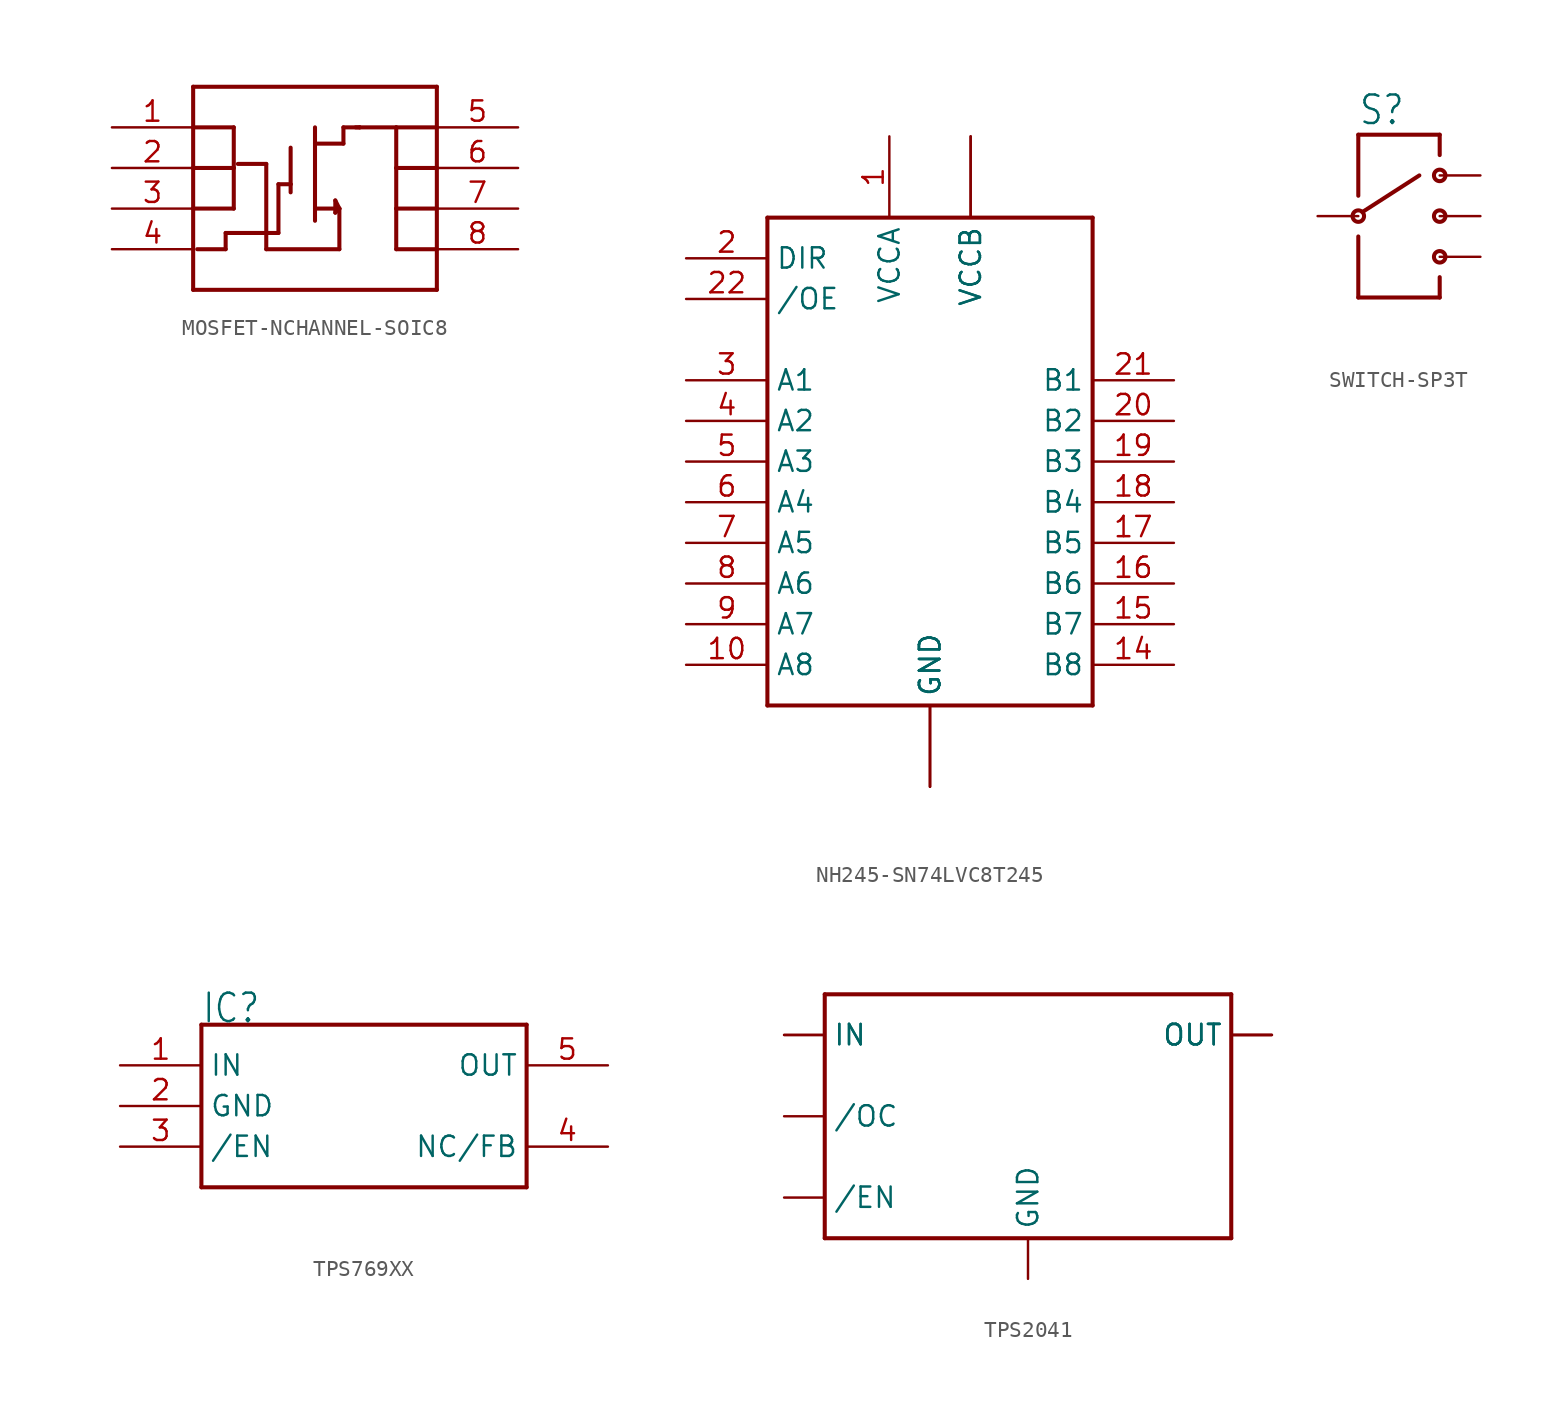
<source format=kicad_sym>
(kicad_symbol_lib
  (version 20231120)
  (generator "kicad_symbol_editor")
  (generator_version "8.0")
  (symbol "MOSFET-NCHANNEL-SOIC8"
    (property "Reference" ""
      (at -7.62 5.842 0)
      (effects (font (size 1.778 1.511)) (justify left bottom) (hide yes)))
    (property "ki_locked" ""
      (at 0 0 0)
      (effects (font (size 1.27 1.27))))
    (symbol "MOSFET-NCHANNEL-SOIC8_1_0"
      (polyline (pts (xy -7.62 -7.62) (xy 7.62 -7.62)) (stroke (width 0.254) (type solid)) (fill (type none)))
      (polyline (pts (xy -7.62 -2.54) (xy -7.62 -7.62)) (stroke (width 0.254) (type solid)) (fill (type none)))
      (polyline (pts (xy -7.62 0) (xy -7.62 -2.54)) (stroke (width 0.254) (type solid)) (fill (type none)))
      (polyline (pts (xy -7.62 0) (xy -5.08 0)) (stroke (width 0.254) (type solid)) (fill (type none)))
      (polyline (pts (xy -7.62 2.54) (xy -7.62 0)) (stroke (width 0.254) (type solid)) (fill (type none)))
      (polyline (pts (xy -7.62 2.54) (xy -5.08 2.54)) (stroke (width 0.254) (type solid)) (fill (type none)))
      (polyline (pts (xy -7.62 5.08) (xy -7.62 2.54)) (stroke (width 0.254) (type solid)) (fill (type none)))
      (polyline (pts (xy -5.588 -5.08) (xy -7.366 -5.08)) (stroke (width 0.254) (type solid)) (fill (type none)))
      (polyline (pts (xy -5.588 -4.064) (xy -5.588 -5.08)) (stroke (width 0.254) (type solid)) (fill (type none)))
      (polyline (pts (xy -5.08 -2.54) (xy -7.62 -2.54)) (stroke (width 0.254) (type solid)) (fill (type none)))
      (polyline (pts (xy -5.08 0) (xy -5.08 -2.54)) (stroke (width 0.254) (type solid)) (fill (type none)))
      (polyline (pts (xy -5.08 2.54) (xy -5.08 0)) (stroke (width 0.254) (type solid)) (fill (type none)))
      (polyline (pts (xy -3.048 -5.08) (xy -3.048 0.254)) (stroke (width 0.254) (type solid)) (fill (type none)))
      (polyline (pts (xy -3.048 0.254) (xy -4.826 0.254)) (stroke (width 0.254) (type solid)) (fill (type none)))
      (polyline (pts (xy -2.286 -4.064) (xy -5.588 -4.064)) (stroke (width 0.254) (type solid)) (fill (type none)))
      (polyline (pts (xy -2.286 -1.016) (xy -2.286 -4.064)) (stroke (width 0.254) (type solid)) (fill (type none)))
      (polyline (pts (xy -1.524 -1.016) (xy -2.286 -1.016)) (stroke (width 0.254) (type solid)) (fill (type none)))
      (polyline (pts (xy -1.524 -1.016) (xy -1.524 -1.524)) (stroke (width 0.254) (type solid)) (fill (type none)))
      (polyline (pts (xy -1.524 1.27) (xy -1.524 -1.016)) (stroke (width 0.254) (type solid)) (fill (type none)))
      (polyline (pts (xy 0 -2.54) (xy 0 -3.302)) (stroke (width 0.254) (type solid)) (fill (type none)))
      (polyline (pts (xy 0 -2.54) (xy 1.524 -2.54)) (stroke (width 0.254) (type solid)) (fill (type none)))
      (polyline (pts (xy 0 1.524) (xy 0 -2.54)) (stroke (width 0.254) (type solid)) (fill (type none)))
      (polyline (pts (xy 0 1.524) (xy 1.778 1.524)) (stroke (width 0.254) (type solid)) (fill (type none)))
      (polyline (pts (xy 0 2.54) (xy 0 1.524)) (stroke (width 0.254) (type solid)) (fill (type none)))
      (polyline (pts (xy 1.27 -2.794) (xy 1.524 -2.54)) (stroke (width 0.254) (type solid)) (fill (type none)))
      (polyline (pts (xy 1.27 -2.032) (xy 1.27 -2.794)) (stroke (width 0.254) (type solid)) (fill (type none)))
      (polyline (pts (xy 1.524 -5.08) (xy -3.048 -5.08)) (stroke (width 0.254) (type solid)) (fill (type none)))
      (polyline (pts (xy 1.524 -2.54) (xy 1.27 -2.032)) (stroke (width 0.254) (type solid)) (fill (type none)))
      (polyline (pts (xy 1.524 -2.54) (xy 1.524 -5.08)) (stroke (width 0.254) (type solid)) (fill (type none)))
      (polyline (pts (xy 1.778 1.524) (xy 1.778 2.54)) (stroke (width 0.254) (type solid)) (fill (type none)))
      (polyline (pts (xy 2.54 2.54) (xy 2.794 2.54)) (stroke (width 0.254) (type solid)) (fill (type none)))
      (polyline (pts (xy 2.794 2.54) (xy 1.778 2.54)) (stroke (width 0.254) (type solid)) (fill (type none)))
      (polyline (pts (xy 2.794 2.54) (xy 5.08 2.54)) (stroke (width 0.254) (type solid)) (fill (type none)))
      (polyline (pts (xy 5.08 -5.08) (xy 7.62 -5.08)) (stroke (width 0.254) (type solid)) (fill (type none)))
      (polyline (pts (xy 5.08 -2.54) (xy 5.08 -5.08)) (stroke (width 0.254) (type solid)) (fill (type none)))
      (polyline (pts (xy 5.08 0) (xy 5.08 -2.54)) (stroke (width 0.254) (type solid)) (fill (type none)))
      (polyline (pts (xy 5.08 2.54) (xy 5.08 0)) (stroke (width 0.254) (type solid)) (fill (type none)))
      (polyline (pts (xy 7.62 -7.62) (xy 7.62 -5.08)) (stroke (width 0.254) (type solid)) (fill (type none)))
      (polyline (pts (xy 7.62 -5.08) (xy 7.62 -2.54)) (stroke (width 0.254) (type solid)) (fill (type none)))
      (polyline (pts (xy 7.62 -2.54) (xy 5.08 -2.54)) (stroke (width 0.254) (type solid)) (fill (type none)))
      (polyline (pts (xy 7.62 -2.54) (xy 7.62 0)) (stroke (width 0.254) (type solid)) (fill (type none)))
      (polyline (pts (xy 7.62 0) (xy 5.08 0)) (stroke (width 0.254) (type solid)) (fill (type none)))
      (polyline (pts (xy 7.62 0) (xy 7.62 2.54)) (stroke (width 0.254) (type solid)) (fill (type none)))
      (polyline (pts (xy 7.62 2.54) (xy 5.08 2.54)) (stroke (width 0.254) (type solid)) (fill (type none)))
      (polyline (pts (xy 7.62 2.54) (xy 7.62 5.08)) (stroke (width 0.254) (type solid)) (fill (type none)))
      (polyline (pts (xy 7.62 5.08) (xy -7.62 5.08)) (stroke (width 0.254) (type solid)) (fill (type none)))
      (pin bidirectional line (at -12.7 2.54 0) (length 5.08) (name "S@1" (effects (font (size 0 0)))) (number "1" (effects (font (size 1.27 1.27)))))
      (pin bidirectional line (at -12.7 0 0) (length 5.08) (name "S@2" (effects (font (size 0 0)))) (number "2" (effects (font (size 1.27 1.27)))))
      (pin bidirectional line (at -12.7 -2.54 0) (length 5.08) (name "S@3" (effects (font (size 0 0)))) (number "3" (effects (font (size 1.27 1.27)))))
      (pin bidirectional line (at -12.7 -5.08 0) (length 5.08) (name "G" (effects (font (size 0 0)))) (number "4" (effects (font (size 1.27 1.27)))))
      (pin bidirectional line (at 12.7 2.54 180) (length 5.08) (name "D@4" (effects (font (size 0 0)))) (number "5" (effects (font (size 1.27 1.27)))))
      (pin bidirectional line (at 12.7 0 180) (length 5.08) (name "D@3" (effects (font (size 0 0)))) (number "6" (effects (font (size 1.27 1.27)))))
      (pin bidirectional line (at 12.7 -2.54 180) (length 5.08) (name "D@2" (effects (font (size 0 0)))) (number "7" (effects (font (size 1.27 1.27)))))
      (pin bidirectional line (at 12.7 -5.08 180) (length 5.08) (name "D@1" (effects (font (size 0 0)))) (number "8" (effects (font (size 1.27 1.27)))))))
  (symbol "NH245-SN74LVC8T245"
    (property "Reference" ""
      (at 2.54 -17.78 0)
      (effects (font (size 1.778 1.511)) (justify left bottom) (hide yes)))
    (property "Value" ""
      (at -12.7 -17.78 0)
      (effects (font (size 1.778 1.511)) (justify left bottom)))
    (property "ki_locked" ""
      (at 0 0 0)
      (effects (font (size 1.27 1.27))))
    (symbol "NH245-SN74LVC8T245_1_0"
      (polyline (pts (xy -10.16 -15.24) (xy 10.16 -15.24)) (stroke (width 0.254) (type solid)) (fill (type none)))
      (polyline (pts (xy -10.16 15.24) (xy -10.16 -15.24)) (stroke (width 0.254) (type solid)) (fill (type none)))
      (polyline (pts (xy 10.16 -15.24) (xy 10.16 15.24)) (stroke (width 0.254) (type solid)) (fill (type none)))
      (polyline (pts (xy 10.16 15.24) (xy -10.16 15.24)) (stroke (width 0.254) (type solid)) (fill (type none)))
      (pin bidirectional line (at -2.54 20.32 270) (length 5.08) (name "VCCA" (effects (font (size 1.27 1.27)))) (number "1" (effects (font (size 1.27 1.27)))))
      (pin bidirectional line (at -15.24 -12.7 0) (length 5.08) (name "A8" (effects (font (size 1.27 1.27)))) (number "10" (effects (font (size 1.27 1.27)))))
      (pin bidirectional line (at 0 -20.32 90) (length 5.08) (name "GND" (effects (font (size 1.27 1.27)))) (number "11" (effects (font (size 0 0)))))
      (pin bidirectional line (at 0 -20.32 90) (length 5.08) (name "GND" (effects (font (size 1.27 1.27)))) (number "12" (effects (font (size 0 0)))))
      (pin bidirectional line (at 0 -20.32 90) (length 5.08) (name "GND" (effects (font (size 1.27 1.27)))) (number "13" (effects (font (size 0 0)))))
      (pin bidirectional line (at 15.24 -12.7 180) (length 5.08) (name "B8" (effects (font (size 1.27 1.27)))) (number "14" (effects (font (size 1.27 1.27)))))
      (pin bidirectional line (at 15.24 -10.16 180) (length 5.08) (name "B7" (effects (font (size 1.27 1.27)))) (number "15" (effects (font (size 1.27 1.27)))))
      (pin bidirectional line (at 15.24 -7.62 180) (length 5.08) (name "B6" (effects (font (size 1.27 1.27)))) (number "16" (effects (font (size 1.27 1.27)))))
      (pin bidirectional line (at 15.24 -5.08 180) (length 5.08) (name "B5" (effects (font (size 1.27 1.27)))) (number "17" (effects (font (size 1.27 1.27)))))
      (pin bidirectional line (at 15.24 -2.54 180) (length 5.08) (name "B4" (effects (font (size 1.27 1.27)))) (number "18" (effects (font (size 1.27 1.27)))))
      (pin bidirectional line (at 15.24 0 180) (length 5.08) (name "B3" (effects (font (size 1.27 1.27)))) (number "19" (effects (font (size 1.27 1.27)))))
      (pin bidirectional line (at -15.24 12.7 0) (length 5.08) (name "DIR" (effects (font (size 1.27 1.27)))) (number "2" (effects (font (size 1.27 1.27)))))
      (pin bidirectional line (at 15.24 2.54 180) (length 5.08) (name "B2" (effects (font (size 1.27 1.27)))) (number "20" (effects (font (size 1.27 1.27)))))
      (pin bidirectional line (at 15.24 5.08 180) (length 5.08) (name "B1" (effects (font (size 1.27 1.27)))) (number "21" (effects (font (size 1.27 1.27)))))
      (pin bidirectional line (at -15.24 10.16 0) (length 5.08) (name "/OE" (effects (font (size 1.27 1.27)))) (number "22" (effects (font (size 1.27 1.27)))))
      (pin bidirectional line (at 2.54 20.32 270) (length 5.08) (name "VCCB" (effects (font (size 1.27 1.27)))) (number "23" (effects (font (size 0 0)))))
      (pin bidirectional line (at 2.54 20.32 270) (length 5.08) (name "VCCB" (effects (font (size 1.27 1.27)))) (number "24" (effects (font (size 0 0)))))
      (pin bidirectional line (at -15.24 5.08 0) (length 5.08) (name "A1" (effects (font (size 1.27 1.27)))) (number "3" (effects (font (size 1.27 1.27)))))
      (pin bidirectional line (at -15.24 2.54 0) (length 5.08) (name "A2" (effects (font (size 1.27 1.27)))) (number "4" (effects (font (size 1.27 1.27)))))
      (pin bidirectional line (at -15.24 0 0) (length 5.08) (name "A3" (effects (font (size 1.27 1.27)))) (number "5" (effects (font (size 1.27 1.27)))))
      (pin bidirectional line (at -15.24 -2.54 0) (length 5.08) (name "A4" (effects (font (size 1.27 1.27)))) (number "6" (effects (font (size 1.27 1.27)))))
      (pin bidirectional line (at -15.24 -5.08 0) (length 5.08) (name "A5" (effects (font (size 1.27 1.27)))) (number "7" (effects (font (size 1.27 1.27)))))
      (pin bidirectional line (at -15.24 -7.62 0) (length 5.08) (name "A6" (effects (font (size 1.27 1.27)))) (number "8" (effects (font (size 1.27 1.27)))))
      (pin bidirectional line (at -15.24 -10.16 0) (length 5.08) (name "A7" (effects (font (size 1.27 1.27)))) (number "9" (effects (font (size 1.27 1.27)))))))
  (symbol "SWITCH-SP3T"
    (property "Reference" "S"
      (at -2.54 5.588 0)
      (effects (font (size 1.778 1.511)) (justify left bottom)))
    (property "Value" ""
      (at -2.54 -7.62 0)
      (effects (font (size 1.778 1.511)) (justify left bottom)))
    (property "ki_locked" ""
      (at 0 0 0)
      (effects (font (size 1.27 1.27))))
    (symbol "SWITCH-SP3T_1_0"
      (circle (center -2.54 0) (radius 0.359) (stroke (width 0.254) (type solid)) (fill (type none)))
      (polyline (pts (xy -2.54 -5.08) (xy 2.54 -5.08)) (stroke (width 0.254) (type solid)) (fill (type none)))
      (polyline (pts (xy -2.54 -1.27) (xy -2.54 -5.08)) (stroke (width 0.254) (type solid)) (fill (type none)))
      (polyline (pts (xy -2.54 1.27) (xy -2.54 5.08)) (stroke (width 0.254) (type solid)) (fill (type none)))
      (polyline (pts (xy 1.27 2.54) (xy -2.286 0.254)) (stroke (width 0.254) (type solid)) (fill (type none)))
      (polyline (pts (xy 2.54 -5.08) (xy 2.54 -3.81)) (stroke (width 0.254) (type solid)) (fill (type none)))
      (polyline (pts (xy 2.54 3.81) (xy 2.54 5.08)) (stroke (width 0.254) (type solid)) (fill (type none)))
      (polyline (pts (xy 2.54 5.08) (xy -2.54 5.08)) (stroke (width 0.254) (type solid)) (fill (type none)))
      (circle (center 2.54 -2.54) (radius 0.359) (stroke (width 0.254) (type solid)) (fill (type none)))
      (circle (center 2.54 0) (radius 0.359) (stroke (width 0.254) (type solid)) (fill (type none)))
      (circle (center 2.54 2.54) (radius 0.359) (stroke (width 0.254) (type solid)) (fill (type none)))
      (pin bidirectional line (at 5.08 2.54 180) (length 2.54) (name "1" (effects (font (size 0 0)))) (number "1" (effects (font (size 0 0)))))
      (pin bidirectional line (at 5.08 0 180) (length 2.54) (name "2" (effects (font (size 0 0)))) (number "2" (effects (font (size 0 0)))))
      (pin bidirectional line (at -5.08 0 0) (length 2.54) (name "3" (effects (font (size 0 0)))) (number "3" (effects (font (size 0 0)))))
      (pin bidirectional line (at 5.08 -2.54 180) (length 2.54) (name "4" (effects (font (size 0 0)))) (number "4" (effects (font (size 0 0)))))))
  (symbol "TPS769XX"
    (property "Reference" "IC"
      (at -10.16 10.16 0)
      (effects (font (size 1.778 1.511)) (justify left bottom)))
    (property "Value" ""
      (at -10.16 -2.54 0)
      (effects (font (size 1.778 1.511)) (justify left bottom)))
    (property "ki_locked" ""
      (at 0 0 0)
      (effects (font (size 1.27 1.27))))
    (symbol "TPS769XX_1_0"
      (polyline (pts (xy -10.16 0) (xy 10.16 0)) (stroke (width 0.254) (type solid)) (fill (type none)))
      (polyline (pts (xy -10.16 10.16) (xy -10.16 0)) (stroke (width 0.254) (type solid)) (fill (type none)))
      (polyline (pts (xy 10.16 0) (xy 10.16 10.16)) (stroke (width 0.254) (type solid)) (fill (type none)))
      (polyline (pts (xy 10.16 10.16) (xy -10.16 10.16)) (stroke (width 0.254) (type solid)) (fill (type none)))
      (pin power_in line (at -15.24 7.62 0) (length 5.08) (name "IN" (effects (font (size 1.27 1.27)))) (number "1" (effects (font (size 1.27 1.27)))))
      (pin power_in line (at -15.24 5.08 0) (length 5.08) (name "GND" (effects (font (size 1.27 1.27)))) (number "2" (effects (font (size 1.27 1.27)))))
      (pin passive line (at -15.24 2.54 0) (length 5.08) (name "/EN" (effects (font (size 1.27 1.27)))) (number "3" (effects (font (size 1.27 1.27)))))
      (pin passive line (at 15.24 2.54 180) (length 5.08) (name "NC/FB" (effects (font (size 1.27 1.27)))) (number "4" (effects (font (size 1.27 1.27)))))
      (pin power_in line (at 15.24 7.62 180) (length 5.08) (name "OUT" (effects (font (size 1.27 1.27)))) (number "5" (effects (font (size 1.27 1.27)))))))
  (symbol "TPS2041"
    (property "Reference" ""
      (at -12.7 5.588 0)
      (effects (font (size 1.676 1.425)) (justify left bottom) (hide yes)))
    (property "ki_locked" ""
      (at 0 0 0)
      (effects (font (size 1.27 1.27))))
    (symbol "TPS2041_1_0"
      (polyline (pts (xy -12.7 -10.16) (xy 12.7 -10.16)) (stroke (width 0.254) (type solid)) (fill (type none)))
      (polyline (pts (xy -12.7 5.08) (xy -12.7 -10.16)) (stroke (width 0.254) (type solid)) (fill (type none)))
      (polyline (pts (xy 12.7 -10.16) (xy 12.7 5.08)) (stroke (width 0.254) (type solid)) (fill (type none)))
      (polyline (pts (xy 12.7 5.08) (xy -12.7 5.08)) (stroke (width 0.254) (type solid)) (fill (type none)))
      (pin bidirectional line (at 0 -12.7 90) (length 2.54) (name "GND" (effects (font (size 1.27 1.27)))) (number "1" (effects (font (size 0 0)))))
      (pin bidirectional line (at -15.24 2.54 0) (length 2.54) (name "IN" (effects (font (size 1.27 1.27)))) (number "2" (effects (font (size 0 0)))))
      (pin bidirectional line (at -15.24 2.54 0) (length 2.54) (name "IN" (effects (font (size 1.27 1.27)))) (number "3" (effects (font (size 0 0)))))
      (pin bidirectional line (at -15.24 -7.62 0) (length 2.54) (name "/EN" (effects (font (size 1.27 1.27)))) (number "4" (effects (font (size 0 0)))))
      (pin bidirectional line (at -15.24 -2.54 0) (length 2.54) (name "/OC" (effects (font (size 1.27 1.27)))) (number "5" (effects (font (size 0 0)))))
      (pin bidirectional line (at 15.24 2.54 180) (length 2.54) (name "OUT" (effects (font (size 1.27 1.27)))) (number "6" (effects (font (size 0 0)))))
      (pin bidirectional line (at 15.24 2.54 180) (length 2.54) (name "OUT" (effects (font (size 1.27 1.27)))) (number "7" (effects (font (size 0 0)))))
      (pin bidirectional line (at 15.24 2.54 180) (length 2.54) (name "OUT" (effects (font (size 1.27 1.27)))) (number "8" (effects (font (size 0 0))))))))
</source>
